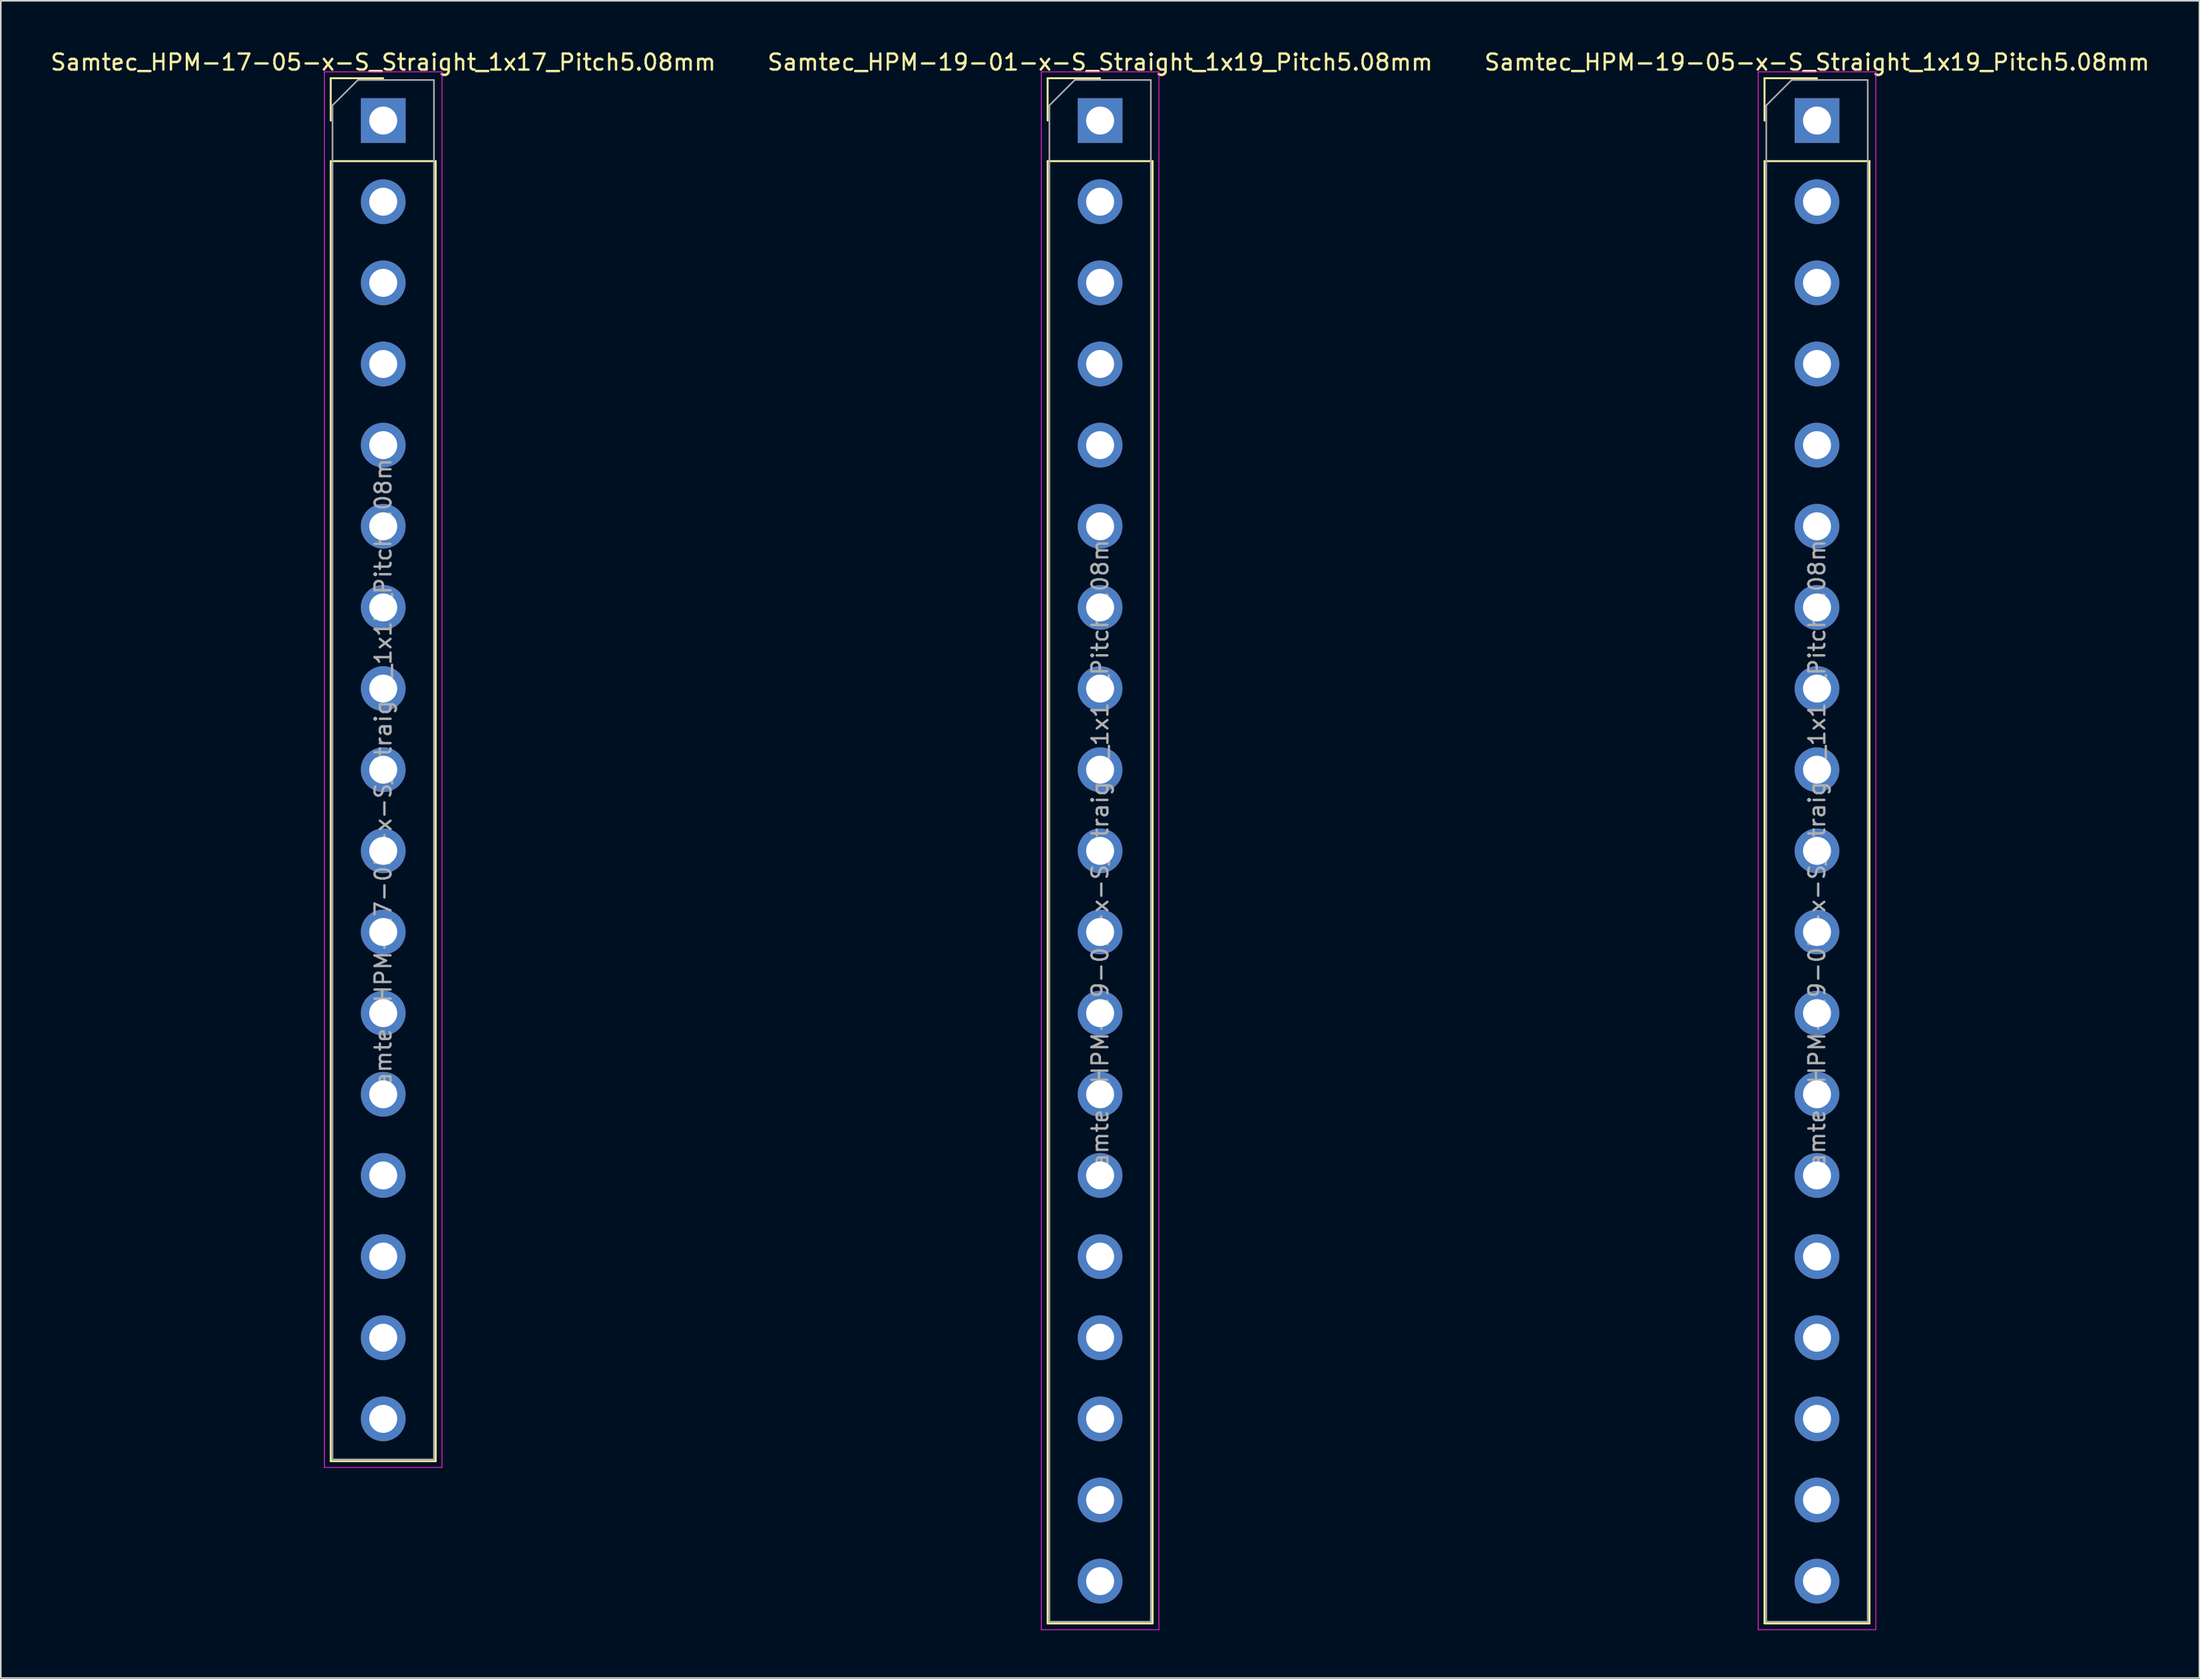
<source format=kicad_pcb>
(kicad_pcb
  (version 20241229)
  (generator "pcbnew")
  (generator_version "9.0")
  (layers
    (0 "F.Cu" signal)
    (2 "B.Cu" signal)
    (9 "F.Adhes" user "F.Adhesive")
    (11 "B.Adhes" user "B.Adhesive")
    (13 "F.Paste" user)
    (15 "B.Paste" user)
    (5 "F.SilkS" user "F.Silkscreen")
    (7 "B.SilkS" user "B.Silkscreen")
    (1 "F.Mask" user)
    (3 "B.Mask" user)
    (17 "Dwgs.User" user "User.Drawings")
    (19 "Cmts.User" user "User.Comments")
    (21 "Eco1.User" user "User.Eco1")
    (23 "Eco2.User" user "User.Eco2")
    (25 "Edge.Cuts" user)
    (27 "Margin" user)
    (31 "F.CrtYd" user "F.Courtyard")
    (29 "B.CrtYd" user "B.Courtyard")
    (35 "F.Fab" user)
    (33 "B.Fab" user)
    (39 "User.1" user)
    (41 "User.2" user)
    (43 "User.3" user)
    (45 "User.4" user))
  (footprint "Samtec_HPM-19-01-x-S_Straight_1x19_Pitch5.08mm"
    (layer "F.Cu")
    (at 65.804 4.498)
    (property "Reference" "Samtec_HPM-19-01-x-S_Straight_1x19_Pitch5.08mm" (at 0 -3.65 0) (layer "F.SilkS") (effects (font (size 1 1) (thickness 0.15))))
    (attr through_hole)
    (fp_line (start -3.285 -2.65) (end 0 -2.65) (stroke (width 0.12) (type solid)) (layer "F.SilkS"))
    (fp_line (start -3.285 0) (end -3.285 -2.65) (stroke (width 0.12) (type solid)) (layer "F.SilkS"))
    (fp_line (start -3.285 2.54) (end -3.285 94.09) (stroke (width 0.12) (type solid)) (layer "F.SilkS"))
    (fp_line (start -3.285 2.54) (end 3.285 2.54) (stroke (width 0.12) (type solid)) (layer "F.SilkS"))
    (fp_line (start -3.285 94.09) (end 3.285 94.09) (stroke (width 0.12) (type solid)) (layer "F.SilkS"))
    (fp_line (start 3.285 2.54) (end 3.285 94.09) (stroke (width 0.12) (type solid)) (layer "F.SilkS"))
    (fp_line (start -3.68 -3.05) (end -3.68 94.48) (stroke (width 0.05) (type solid)) (layer "F.CrtYd"))
    (fp_line (start -3.68 94.48) (end 3.68 94.48) (stroke (width 0.05) (type solid)) (layer "F.CrtYd"))
    (fp_line (start 3.68 -3.05) (end -3.68 -3.05) (stroke (width 0.05) (type solid)) (layer "F.CrtYd"))
    (fp_line (start 3.68 94.48) (end 3.68 -3.05) (stroke (width 0.05) (type solid)) (layer "F.CrtYd"))
    (fp_line (start -3.175 -0.953) (end -1.587 -2.54) (stroke (width 0.1) (type solid)) (layer "F.Fab"))
    (fp_line (start -3.175 93.98) (end -3.175 -0.953) (stroke (width 0.1) (type solid)) (layer "F.Fab"))
    (fp_line (start -1.587 -2.54) (end 3.175 -2.54) (stroke (width 0.1) (type solid)) (layer "F.Fab"))
    (fp_line (start 3.175 -2.54) (end 3.175 93.98) (stroke (width 0.1) (type solid)) (layer "F.Fab"))
    (fp_line (start 3.175 93.98) (end -3.175 93.98) (stroke (width 0.1) (type solid)) (layer "F.Fab"))
    (fp_text user "${REFERENCE}" (at 0 45.72 90) (layer "F.Fab") (effects (font (size 1 1) (thickness 0.15))))
    (pad "1" thru_hole rect (at 0 0) (size 2.8 2.8) (drill 1.75) (layers "*.Cu" "*.Mask"))
    (pad "2" thru_hole circle (at 0 5.08) (size 2.8 2.8) (drill 1.75) (layers "*.Cu" "*.Mask"))
    (pad "3" thru_hole circle (at 0 10.16) (size 2.8 2.8) (drill 1.75) (layers "*.Cu" "*.Mask"))
    (pad "4" thru_hole circle (at 0 15.24) (size 2.8 2.8) (drill 1.75) (layers "*.Cu" "*.Mask"))
    (pad "5" thru_hole circle (at 0 20.32) (size 2.8 2.8) (drill 1.75) (layers "*.Cu" "*.Mask"))
    (pad "6" thru_hole circle (at 0 25.4) (size 2.8 2.8) (drill 1.75) (layers "*.Cu" "*.Mask"))
    (pad "7" thru_hole circle (at 0 30.48) (size 2.8 2.8) (drill 1.75) (layers "*.Cu" "*.Mask"))
    (pad "8" thru_hole circle (at 0 35.56) (size 2.8 2.8) (drill 1.75) (layers "*.Cu" "*.Mask"))
    (pad "9" thru_hole circle (at 0 40.64) (size 2.8 2.8) (drill 1.75) (layers "*.Cu" "*.Mask"))
    (pad "10" thru_hole circle (at 0 45.72) (size 2.8 2.8) (drill 1.75) (layers "*.Cu" "*.Mask"))
    (pad "11" thru_hole circle (at 0 50.8) (size 2.8 2.8) (drill 1.75) (layers "*.Cu" "*.Mask"))
    (pad "12" thru_hole circle (at 0 55.88) (size 2.8 2.8) (drill 1.75) (layers "*.Cu" "*.Mask"))
    (pad "13" thru_hole circle (at 0 60.96) (size 2.8 2.8) (drill 1.75) (layers "*.Cu" "*.Mask"))
    (pad "14" thru_hole circle (at 0 66.04) (size 2.8 2.8) (drill 1.75) (layers "*.Cu" "*.Mask"))
    (pad "15" thru_hole circle (at 0 71.12) (size 2.8 2.8) (drill 1.75) (layers "*.Cu" "*.Mask"))
    (pad "16" thru_hole circle (at 0 76.2) (size 2.8 2.8) (drill 1.75) (layers "*.Cu" "*.Mask"))
    (pad "17" thru_hole circle (at 0 81.28) (size 2.8 2.8) (drill 1.75) (layers "*.Cu" "*.Mask"))
    (pad "18" thru_hole circle (at 0 86.36) (size 2.8 2.8) (drill 1.75) (layers "*.Cu" "*.Mask"))
    (pad "19" thru_hole circle (at 0 91.44) (size 2.8 2.8) (drill 1.75) (layers "*.Cu" "*.Mask")))
  (footprint "Samtec_HPM-19-05-x-S_Straight_1x19_Pitch5.08mm"
    (layer "F.Cu")
    (at 110.673 4.498)
    (property "Reference" "Samtec_HPM-19-05-x-S_Straight_1x19_Pitch5.08mm" (at 0 -3.65 0) (layer "F.SilkS") (effects (font (size 1 1) (thickness 0.15))))
    (attr through_hole)
    (fp_line (start -3.285 -2.65) (end 0 -2.65) (stroke (width 0.12) (type solid)) (layer "F.SilkS"))
    (fp_line (start -3.285 0) (end -3.285 -2.65) (stroke (width 0.12) (type solid)) (layer "F.SilkS"))
    (fp_line (start -3.285 2.54) (end -3.285 94.09) (stroke (width 0.12) (type solid)) (layer "F.SilkS"))
    (fp_line (start -3.285 2.54) (end 3.285 2.54) (stroke (width 0.12) (type solid)) (layer "F.SilkS"))
    (fp_line (start -3.285 94.09) (end 3.285 94.09) (stroke (width 0.12) (type solid)) (layer "F.SilkS"))
    (fp_line (start 3.285 2.54) (end 3.285 94.09) (stroke (width 0.12) (type solid)) (layer "F.SilkS"))
    (fp_line (start -3.68 -3.05) (end -3.68 94.48) (stroke (width 0.05) (type solid)) (layer "F.CrtYd"))
    (fp_line (start -3.68 94.48) (end 3.68 94.48) (stroke (width 0.05) (type solid)) (layer "F.CrtYd"))
    (fp_line (start 3.68 -3.05) (end -3.68 -3.05) (stroke (width 0.05) (type solid)) (layer "F.CrtYd"))
    (fp_line (start 3.68 94.48) (end 3.68 -3.05) (stroke (width 0.05) (type solid)) (layer "F.CrtYd"))
    (fp_line (start -3.175 -0.953) (end -1.587 -2.54) (stroke (width 0.1) (type solid)) (layer "F.Fab"))
    (fp_line (start -3.175 93.98) (end -3.175 -0.953) (stroke (width 0.1) (type solid)) (layer "F.Fab"))
    (fp_line (start -1.587 -2.54) (end 3.175 -2.54) (stroke (width 0.1) (type solid)) (layer "F.Fab"))
    (fp_line (start 3.175 -2.54) (end 3.175 93.98) (stroke (width 0.1) (type solid)) (layer "F.Fab"))
    (fp_line (start 3.175 93.98) (end -3.175 93.98) (stroke (width 0.1) (type solid)) (layer "F.Fab"))
    (fp_text user "${REFERENCE}" (at 0 45.72 90) (layer "F.Fab") (effects (font (size 1 1) (thickness 0.15))))
    (pad "1" thru_hole rect (at 0 0) (size 2.8 2.8) (drill 1.75) (layers "*.Cu" "*.Mask"))
    (pad "2" thru_hole circle (at 0 5.08) (size 2.8 2.8) (drill 1.75) (layers "*.Cu" "*.Mask"))
    (pad "3" thru_hole circle (at 0 10.16) (size 2.8 2.8) (drill 1.75) (layers "*.Cu" "*.Mask"))
    (pad "4" thru_hole circle (at 0 15.24) (size 2.8 2.8) (drill 1.75) (layers "*.Cu" "*.Mask"))
    (pad "5" thru_hole circle (at 0 20.32) (size 2.8 2.8) (drill 1.75) (layers "*.Cu" "*.Mask"))
    (pad "6" thru_hole circle (at 0 25.4) (size 2.8 2.8) (drill 1.75) (layers "*.Cu" "*.Mask"))
    (pad "7" thru_hole circle (at 0 30.48) (size 2.8 2.8) (drill 1.75) (layers "*.Cu" "*.Mask"))
    (pad "8" thru_hole circle (at 0 35.56) (size 2.8 2.8) (drill 1.75) (layers "*.Cu" "*.Mask"))
    (pad "9" thru_hole circle (at 0 40.64) (size 2.8 2.8) (drill 1.75) (layers "*.Cu" "*.Mask"))
    (pad "10" thru_hole circle (at 0 45.72) (size 2.8 2.8) (drill 1.75) (layers "*.Cu" "*.Mask"))
    (pad "11" thru_hole circle (at 0 50.8) (size 2.8 2.8) (drill 1.75) (layers "*.Cu" "*.Mask"))
    (pad "12" thru_hole circle (at 0 55.88) (size 2.8 2.8) (drill 1.75) (layers "*.Cu" "*.Mask"))
    (pad "13" thru_hole circle (at 0 60.96) (size 2.8 2.8) (drill 1.75) (layers "*.Cu" "*.Mask"))
    (pad "14" thru_hole circle (at 0 66.04) (size 2.8 2.8) (drill 1.75) (layers "*.Cu" "*.Mask"))
    (pad "15" thru_hole circle (at 0 71.12) (size 2.8 2.8) (drill 1.75) (layers "*.Cu" "*.Mask"))
    (pad "16" thru_hole circle (at 0 76.2) (size 2.8 2.8) (drill 1.75) (layers "*.Cu" "*.Mask"))
    (pad "17" thru_hole circle (at 0 81.28) (size 2.8 2.8) (drill 1.75) (layers "*.Cu" "*.Mask"))
    (pad "18" thru_hole circle (at 0 86.36) (size 2.8 2.8) (drill 1.75) (layers "*.Cu" "*.Mask"))
    (pad "19" thru_hole circle (at 0 91.44) (size 2.8 2.8) (drill 1.75) (layers "*.Cu" "*.Mask")))
  (footprint "Samtec_HPM-17-05-x-S_Straight_1x17_Pitch5.08mm"
    (layer "F.Cu")
    (at 20.935 4.498)
    (property "Reference" "Samtec_HPM-17-05-x-S_Straight_1x17_Pitch5.08mm" (at 0 -3.65 0) (layer "F.SilkS") (effects (font (size 1 1) (thickness 0.15))))
    (attr through_hole)
    (fp_line (start -3.285 -2.65) (end 0 -2.65) (stroke (width 0.12) (type solid)) (layer "F.SilkS"))
    (fp_line (start -3.285 0) (end -3.285 -2.65) (stroke (width 0.12) (type solid)) (layer "F.SilkS"))
    (fp_line (start -3.285 2.54) (end -3.285 83.93) (stroke (width 0.12) (type solid)) (layer "F.SilkS"))
    (fp_line (start -3.285 2.54) (end 3.285 2.54) (stroke (width 0.12) (type solid)) (layer "F.SilkS"))
    (fp_line (start -3.285 83.93) (end 3.285 83.93) (stroke (width 0.12) (type solid)) (layer "F.SilkS"))
    (fp_line (start 3.285 2.54) (end 3.285 83.93) (stroke (width 0.12) (type solid)) (layer "F.SilkS"))
    (fp_line (start -3.68 -3.05) (end -3.68 84.32) (stroke (width 0.05) (type solid)) (layer "F.CrtYd"))
    (fp_line (start -3.68 84.32) (end 3.68 84.32) (stroke (width 0.05) (type solid)) (layer "F.CrtYd"))
    (fp_line (start 3.68 -3.05) (end -3.68 -3.05) (stroke (width 0.05) (type solid)) (layer "F.CrtYd"))
    (fp_line (start 3.68 84.32) (end 3.68 -3.05) (stroke (width 0.05) (type solid)) (layer "F.CrtYd"))
    (fp_line (start -3.175 -0.953) (end -1.587 -2.54) (stroke (width 0.1) (type solid)) (layer "F.Fab"))
    (fp_line (start -3.175 83.82) (end -3.175 -0.953) (stroke (width 0.1) (type solid)) (layer "F.Fab"))
    (fp_line (start -1.587 -2.54) (end 3.175 -2.54) (stroke (width 0.1) (type solid)) (layer "F.Fab"))
    (fp_line (start 3.175 -2.54) (end 3.175 83.82) (stroke (width 0.1) (type solid)) (layer "F.Fab"))
    (fp_line (start 3.175 83.82) (end -3.175 83.82) (stroke (width 0.1) (type solid)) (layer "F.Fab"))
    (fp_text user "${REFERENCE}" (at 0 40.64 90) (layer "F.Fab") (effects (font (size 1 1) (thickness 0.15))))
    (pad "1" thru_hole rect (at 0 0) (size 2.8 2.8) (drill 1.75) (layers "*.Cu" "*.Mask"))
    (pad "2" thru_hole circle (at 0 5.08) (size 2.8 2.8) (drill 1.75) (layers "*.Cu" "*.Mask"))
    (pad "3" thru_hole circle (at 0 10.16) (size 2.8 2.8) (drill 1.75) (layers "*.Cu" "*.Mask"))
    (pad "4" thru_hole circle (at 0 15.24) (size 2.8 2.8) (drill 1.75) (layers "*.Cu" "*.Mask"))
    (pad "5" thru_hole circle (at 0 20.32) (size 2.8 2.8) (drill 1.75) (layers "*.Cu" "*.Mask"))
    (pad "6" thru_hole circle (at 0 25.4) (size 2.8 2.8) (drill 1.75) (layers "*.Cu" "*.Mask"))
    (pad "7" thru_hole circle (at 0 30.48) (size 2.8 2.8) (drill 1.75) (layers "*.Cu" "*.Mask"))
    (pad "8" thru_hole circle (at 0 35.56) (size 2.8 2.8) (drill 1.75) (layers "*.Cu" "*.Mask"))
    (pad "9" thru_hole circle (at 0 40.64) (size 2.8 2.8) (drill 1.75) (layers "*.Cu" "*.Mask"))
    (pad "10" thru_hole circle (at 0 45.72) (size 2.8 2.8) (drill 1.75) (layers "*.Cu" "*.Mask"))
    (pad "11" thru_hole circle (at 0 50.8) (size 2.8 2.8) (drill 1.75) (layers "*.Cu" "*.Mask"))
    (pad "12" thru_hole circle (at 0 55.88) (size 2.8 2.8) (drill 1.75) (layers "*.Cu" "*.Mask"))
    (pad "13" thru_hole circle (at 0 60.96) (size 2.8 2.8) (drill 1.75) (layers "*.Cu" "*.Mask"))
    (pad "14" thru_hole circle (at 0 66.04) (size 2.8 2.8) (drill 1.75) (layers "*.Cu" "*.Mask"))
    (pad "15" thru_hole circle (at 0 71.12) (size 2.8 2.8) (drill 1.75) (layers "*.Cu" "*.Mask"))
    (pad "16" thru_hole circle (at 0 76.2) (size 2.8 2.8) (drill 1.75) (layers "*.Cu" "*.Mask"))
    (pad "17" thru_hole circle (at 0 81.28) (size 2.8 2.8) (drill 1.75) (layers "*.Cu" "*.Mask")))
  (gr_rect
    (start -3 -3)
    (end 134.607 102.003)
    (stroke (width 0.1) (type default))
    (fill no)
    (layer "Edge.Cuts")))
</source>
